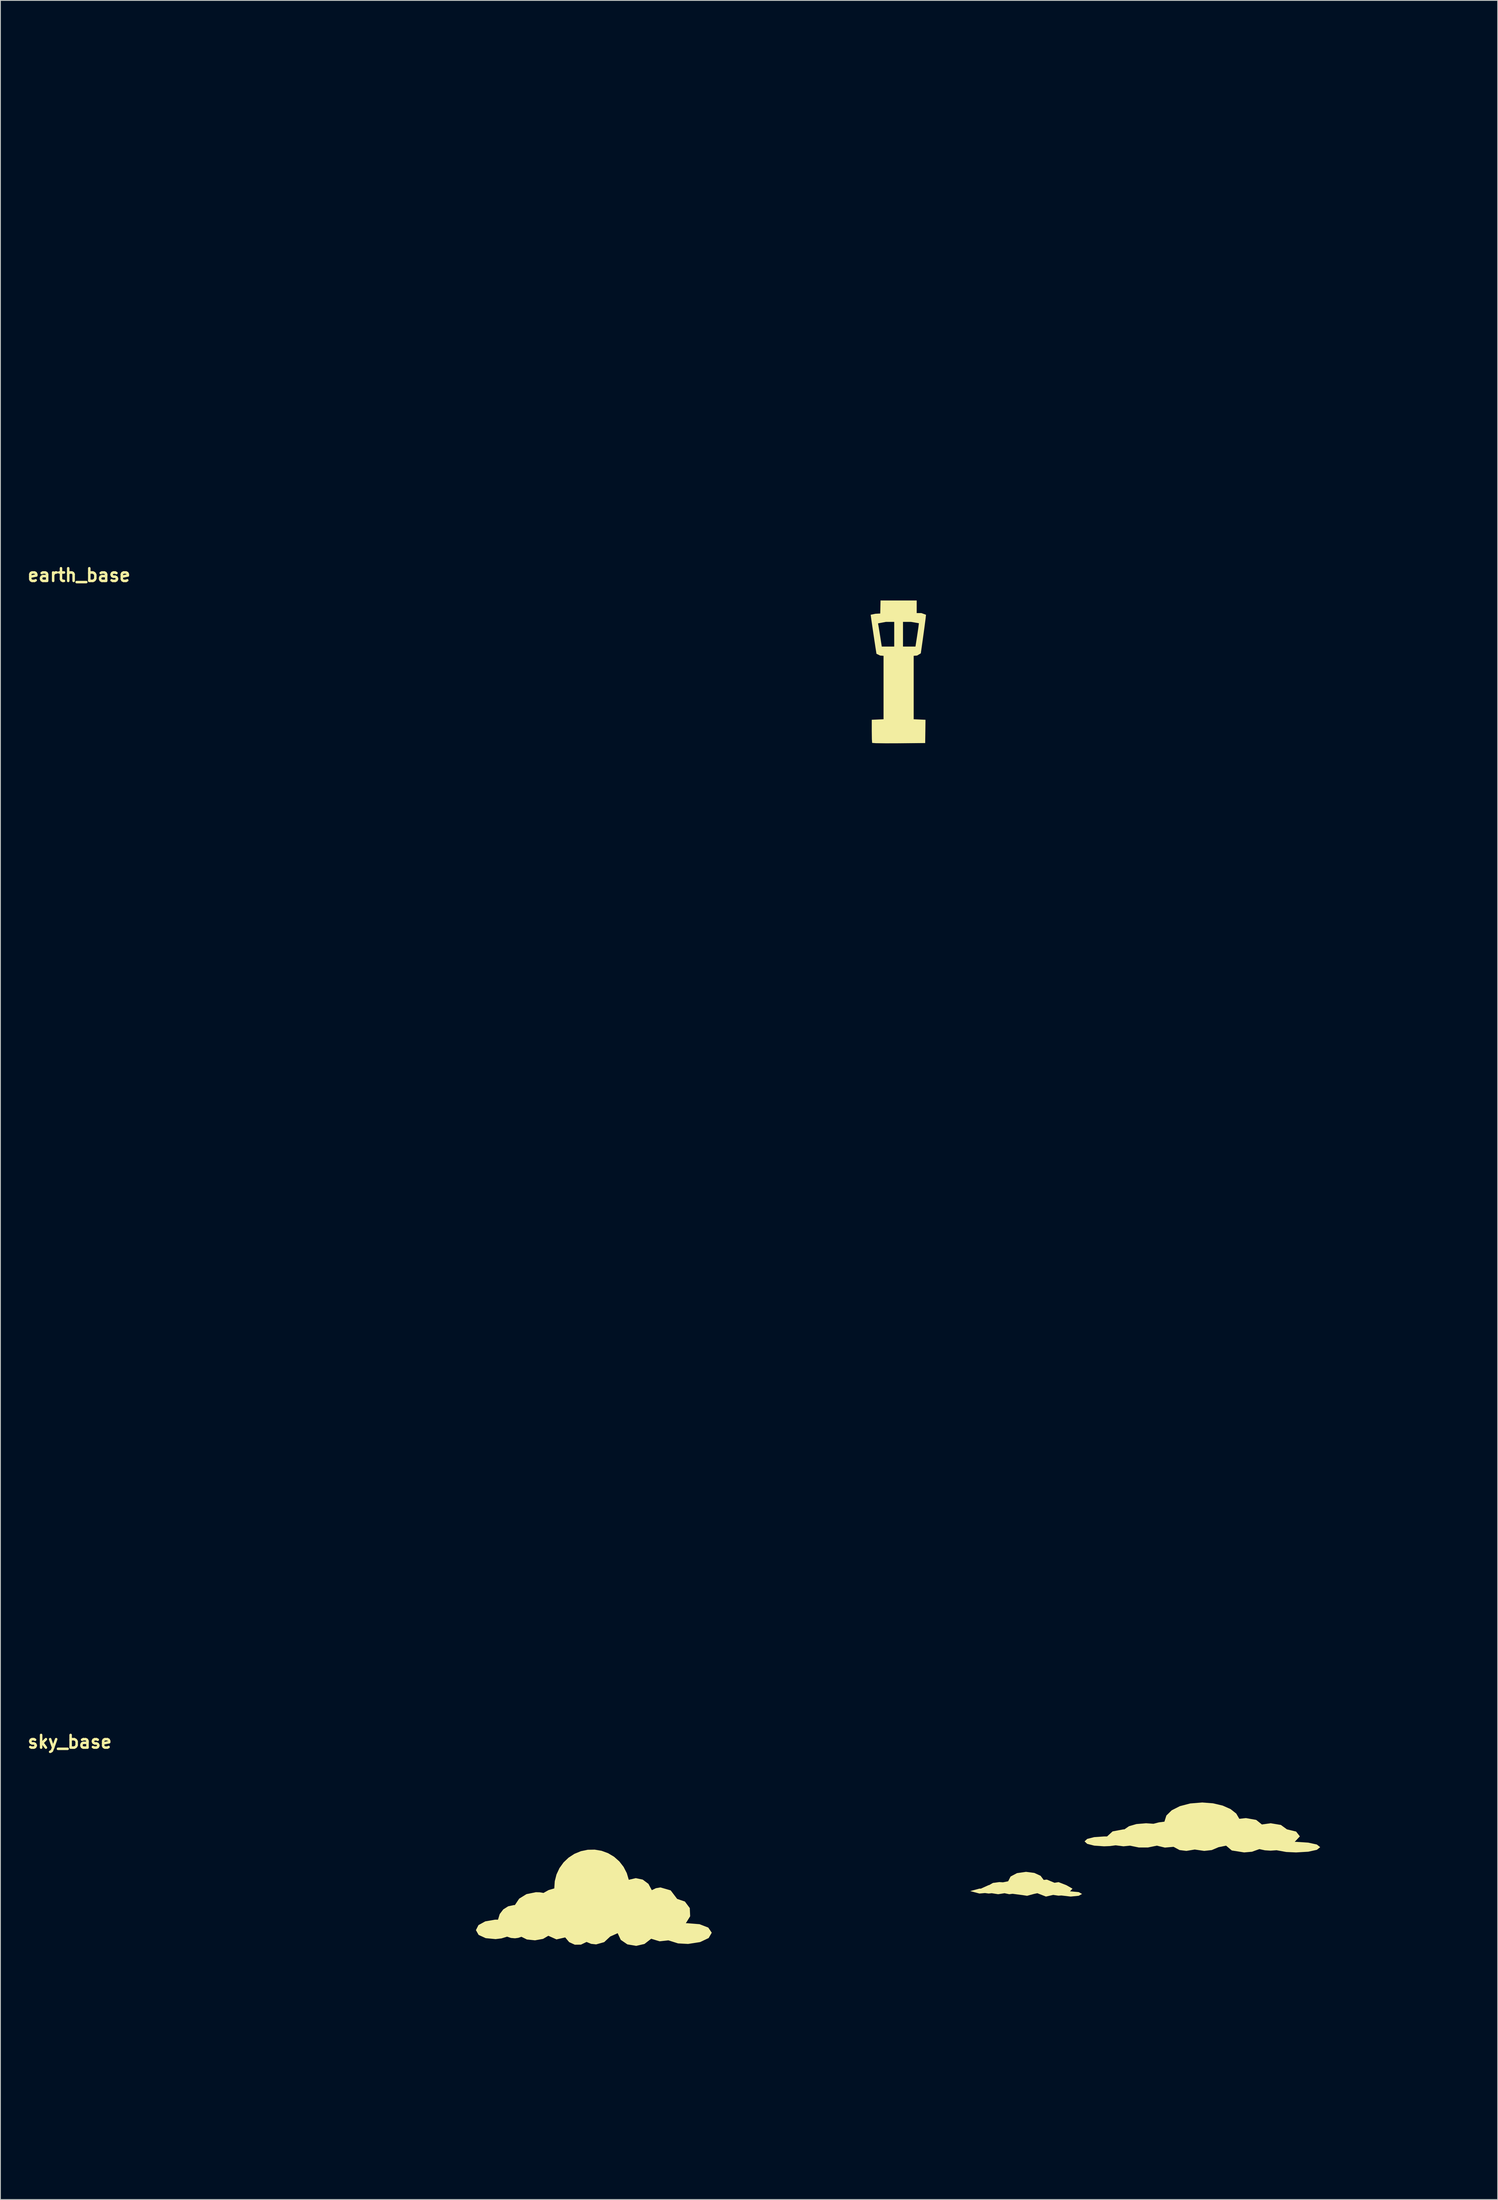
<source format=kicad_pcb>
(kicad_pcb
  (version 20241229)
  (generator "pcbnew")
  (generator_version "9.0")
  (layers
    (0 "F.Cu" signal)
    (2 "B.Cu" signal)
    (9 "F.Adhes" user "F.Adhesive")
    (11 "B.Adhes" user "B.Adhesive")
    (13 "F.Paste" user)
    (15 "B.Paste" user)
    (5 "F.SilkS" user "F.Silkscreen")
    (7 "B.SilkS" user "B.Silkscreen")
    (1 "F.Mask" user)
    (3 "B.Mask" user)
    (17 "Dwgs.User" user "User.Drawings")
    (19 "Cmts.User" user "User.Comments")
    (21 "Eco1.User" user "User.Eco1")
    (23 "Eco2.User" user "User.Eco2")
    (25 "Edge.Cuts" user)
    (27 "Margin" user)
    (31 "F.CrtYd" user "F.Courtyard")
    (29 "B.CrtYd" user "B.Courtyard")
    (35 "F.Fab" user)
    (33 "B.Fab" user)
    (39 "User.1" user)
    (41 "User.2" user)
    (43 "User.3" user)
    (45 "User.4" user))
  (footprint "sky_base"
    (layer "F.Cu")
    (at 5.349 93.271)
    (property "Reference" "sky_base" (at 0 113.474 0) (layer "F.SilkS") (effects (font (size 1.524 1.524) (thickness 0.305))))
    (attr exclude_from_pos_files exclude_from_bom)
    (fp_poly (pts (xy 121.959 131.79) (xy 121.555 132.011) (xy 120.581 132.104) (xy 119.467 131.973) (xy 119.12 131.997) (xy 118.48 131.905) (xy 117.609 132.104) (xy 116.575 131.701) (xy 116.166 131.787) (xy 115.336 132.012) (xy 114.794 131.929) (xy 113.582 131.769) (xy 113.187 131.822) (xy 112.621 131.701) (xy 111.849 131.822) (xy 111.078 131.701) (xy 110.71 131.739) (xy 110.263 131.68) (xy 109.596 131.739) (xy 108.482 131.443) (xy 109.596 131.147) (xy 109.771 131.147) (xy 110.71 130.723) (xy 110.763 130.723) (xy 111.221 130.462) (xy 111.996 130.358) (xy 112.429 130.388) (xy 113.054 130.264) (xy 113.348 129.689) (xy 114.122 129.281) (xy 115.208 129.126) (xy 116.21 129.256) (xy 116.962 129.603) (xy 117.339 130.101) (xy 117.718 130.059) (xy 118.634 130.442) (xy 119.132 130.368) (xy 120.065 130.732) (xy 120.806 131.15) (xy 120.51 131.479) (xy 120.593 131.479) (xy 121.557 131.569) (xy 121.959 131.79) (xy 121.959 131.79)) (stroke (width 0) (type solid)) (fill yes) (layer "F.SilkS"))
    (fp_poly (pts (xy 150.646 126.154) (xy 150.249 126.474) (xy 149.208 126.702) (xy 147.745 126.788) (xy 146.561 126.736) (xy 145.395 126.525) (xy 144.669 126.575) (xy 143.986 126.532) (xy 143.318 126.388) (xy 142.428 126.706) (xy 141.486 126.788) (xy 139.995 126.552) (xy 139.311 125.973) (xy 138.446 126.148) (xy 138.425 126.148) (xy 137.583 126.505) (xy 136.674 126.605) (xy 135.533 126.439) (xy 134.525 126.605) (xy 133.707 126.504) (xy 132.982 126.113) (xy 131.942 126.206) (xy 130.969 125.973) (xy 129.893 126.193) (xy 128.801 126.193) (xy 127.725 125.973) (xy 126.948 126.051) (xy 126.006 125.932) (xy 125.308 126.023) (xy 124.604 126.051) (xy 123.421 125.969) (xy 122.58 125.756) (xy 122.26 125.458) (xy 122.58 125.159) (xy 123.421 124.946) (xy 124.604 124.865) (xy 124.969 124.865) (xy 125.638 124.255) (xy 126.948 124.009) (xy 127.064 124.009) (xy 127.612 123.63) (xy 128.513 123.37) (xy 129.654 123.274) (xy 130.563 123.336) (xy 131.216 123.167) (xy 131.885 123.084) (xy 131.885 123.067) (xy 132.116 122.342) (xy 132.76 121.713) (xy 133.741 121.216) (xy 134.986 120.89) (xy 136.419 120.773) (xy 137.731 120.871) (xy 138.892 121.144) (xy 139.846 121.566) (xy 140.535 122.107) (xy 140.903 122.738) (xy 141.7 122.652) (xy 142.937 122.871) (xy 143.626 123.422) (xy 144.678 123.274) (xy 145.911 123.477) (xy 146.64 124.009) (xy 147.746 124.275) (xy 148.198 124.853) (xy 147.579 125.514) (xy 147.754 125.514) (xy 149.211 125.608) (xy 150.25 125.837) (xy 150.646 126.154) (xy 150.646 126.154)) (stroke (width 0) (type solid)) (fill yes) (layer "F.SilkS"))
    (fp_poly (pts (xy 77.347 136.456) (xy 76.975 137.098) (xy 75.95 137.585) (xy 74.494 137.81) (xy 73.281 137.744) (xy 72.123 137.377) (xy 71.066 137.493) (xy 70.049 137.185) (xy 69.242 137.812) (xy 68.247 138.041) (xy 67.18 137.863) (xy 66.384 137.318) (xy 66.012 136.515) (xy 65.153 136.9) (xy 65.132 136.9) (xy 64.391 137.592) (xy 63.414 137.866) (xy 62.818 137.8) (xy 62.264 137.57) (xy 61.593 137.894) (xy 60.848 137.902) (xy 60.171 137.593) (xy 59.689 137.025) (xy 58.641 137.264) (xy 57.659 136.826) (xy 57.025 137.201) (xy 56.056 137.374) (xy 55.079 137.274) (xy 54.417 136.948) (xy 54.041 137.077) (xy 53.646 137.131) (xy 53.159 137.089) (xy 52.695 136.933) (xy 52.013 137.142) (xy 51.305 137.229) (xy 50.115 137.113) (xy 49.262 136.723) (xy 48.935 136.145) (xy 49.243 135.542) (xy 50.062 135.091) (xy 51.231 134.888) (xy 51.596 134.888) (xy 51.801 134.214) (xy 52.228 133.653) (xy 52.824 133.275) (xy 53.513 133.128) (xy 53.629 133.128) (xy 54.145 132.357) (xy 55.027 131.81) (xy 56.162 131.578) (xy 56.623 131.591) (xy 57.078 131.667) (xy 57.697 131.319) (xy 58.379 131.122) (xy 58.379 131.089) (xy 58.435 130.251) (xy 58.644 129.437) (xy 59.001 128.676) (xy 59.491 127.994) (xy 60.1 127.414) (xy 60.804 126.957) (xy 61.581 126.638) (xy 62.404 126.467) (xy 63.244 126.451) (xy 64.073 126.591) (xy 64.861 126.881) (xy 65.583 127.312) (xy 66.212 127.869) (xy 66.728 128.532) (xy 67.112 129.279) (xy 67.352 130.085) (xy 68.189 129.885) (xy 69.032 130.06) (xy 69.721 130.576) (xy 70.126 131.335) (xy 70.622 131.096) (xy 71.166 131.003) (xy 72.401 131.36) (xy 73.178 132.384) (xy 74.111 132.702) (xy 74.702 133.491) (xy 74.746 134.477) (xy 74.227 135.315) (xy 74.402 135.315) (xy 75.871 135.431) (xy 76.929 135.84) (xy 77.347 136.456) (xy 77.347 136.456)) (stroke (width 0) (type solid)) (fill yes) (layer "F.SilkS"))
    (fp_poly (pts (xy 109.326 116.522) (xy 107.944 116.535) (xy 106.57 116.572) (xy 105.203 116.634) (xy 103.846 116.72) (xy 102.497 116.83) (xy 101.157 116.964) (xy 99.826 117.122) (xy 98.505 117.303) (xy 97.194 117.506) (xy 95.894 117.733) (xy 94.604 117.981) (xy 93.325 118.252) (xy 92.058 118.545) (xy 90.803 118.859) (xy 89.559 119.195) (xy 88.328 119.552) (xy 87.11 119.929) (xy 85.905 120.327) (xy 84.713 120.746) (xy 83.535 121.184) (xy 82.371 121.642) (xy 81.222 122.119) (xy 80.087 122.616) (xy 78.968 123.131) (xy 77.864 123.666) (xy 76.776 124.218) (xy 75.703 124.789) (xy 74.648 125.377) (xy 73.609 125.983) (xy 72.587 126.606) (xy 71.583 127.246) (xy 70.597 127.903) (xy 69.628 128.577) (xy 68.679 129.266) (xy 67.748 129.972) (xy 67.352 130.085) (xy 66.988 128.997) (xy 66.384 128.064) (xy 65.582 127.313) (xy 64.624 126.777) (xy 63.551 126.485) (xy 62.404 126.468) (xy 61.29 126.738) (xy 60.308 127.26) (xy 59.492 127.995) (xy 58.876 128.904) (xy 58.494 129.948) (xy 58.379 131.089) (xy 58.379 131.122) (xy 57.697 131.319) (xy 57.078 131.667) (xy 56.162 131.578) (xy 55.027 131.81) (xy 54.145 132.357) (xy 53.628 133.128) (xy 53.513 133.128) (xy 52.604 133.381) (xy 51.926 134.003) (xy 51.596 134.888) (xy 51.231 134.888) (xy 50.061 135.091) (xy 49.243 135.542) (xy 48.934 136.144) (xy 49.261 136.723) (xy 50.115 137.112) (xy 51.305 137.229) (xy 52.013 137.142) (xy 52.695 136.933) (xy 53.646 137.131) (xy 54.417 136.947) (xy 55.078 137.274) (xy 56.055 137.374) (xy 57.025 137.201) (xy 57.658 136.826) (xy 58.64 137.264) (xy 59.689 137.025) (xy 59.951 137.363) (xy 59.116 138.367) (xy 58.313 139.389) (xy 57.542 140.428) (xy 56.802 141.483) (xy 56.096 142.555) (xy 55.423 143.643) (xy 54.784 144.746) (xy 54.18 145.864) (xy 53.61 146.996) (xy 53.076 148.143) (xy 52.579 149.303) (xy 52.118 150.477) (xy 51.694 151.663) (xy 51.308 152.862) (xy 50.96 154.073) (xy 50.652 155.295) (xy 50.382 156.528) (xy 50.153 157.772) (xy 49.964 159.026) (xy 49.816 160.29) (xy 49.71 161.564) (xy 49.645 162.846) (xy 49.624 164.137) (xy 49.627 164.847) (xy 49.65 165.553) (xy 169.028 165.595) (xy 169.01 164.395) (xy 168.954 163.197) (xy 168.863 162) (xy 168.735 160.807) (xy 168.572 159.617) (xy 168.374 158.431) (xy 168.142 157.25) (xy 167.875 156.075) (xy 167.575 154.906) (xy 167.241 153.743) (xy 166.874 152.589) (xy 166.475 151.442) (xy 166.044 150.304) (xy 165.582 149.176) (xy 165.088 148.058) (xy 164.564 146.951) (xy 164.01 145.856) (xy 163.425 144.772) (xy 162.812 143.701) (xy 162.169 142.644) (xy 161.498 141.601) (xy 160.799 140.573) (xy 160.073 139.56) (xy 159.319 138.564) (xy 158.538 137.584) (xy 157.731 136.622) (xy 156.898 135.677) (xy 156.04 134.752) (xy 155.157 133.846) (xy 154.249 132.96) (xy 153.317 132.095) (xy 152.362 131.251) (xy 151.383 130.43) (xy 150.381 129.631) (xy 149.357 128.856) (xy 148.312 128.104) (xy 147.244 127.378) (xy 146.156 126.677) (xy 146.948 126.769) (xy 147.745 126.788) (xy 149.208 126.702) (xy 150.249 126.474) (xy 150.646 126.155) (xy 150.646 126.154) (xy 150.249 125.837) (xy 149.211 125.609) (xy 147.754 125.515) (xy 147.579 125.515) (xy 148.199 124.854) (xy 147.746 124.275) (xy 146.64 124.009) (xy 145.911 123.477) (xy 144.678 123.274) (xy 143.626 123.422) (xy 142.938 122.871) (xy 141.7 122.652) (xy 140.903 122.738) (xy 140.535 122.107) (xy 139.846 121.566) (xy 138.893 121.145) (xy 137.732 120.871) (xy 136.419 120.773) (xy 135.446 120.826) (xy 134.545 120.978) (xy 133.389 120.56) (xy 132.22 120.16) (xy 131.039 119.78) (xy 129.845 119.419) (xy 128.64 119.078) (xy 127.422 118.757) (xy 126.194 118.457) (xy 124.954 118.177) (xy 123.703 117.918) (xy 122.443 117.68) (xy 121.171 117.464) (xy 119.891 117.269) (xy 118.6 117.096) (xy 117.3 116.945) (xy 115.992 116.817) (xy 114.675 116.712) (xy 113.349 116.629) (xy 112.016 116.57) (xy 110.674 116.534) (xy 109.326 116.522) (xy 109.326 116.522)) (stroke (width 0.00001) (type solid)) (fill no) (layer "Edge.Cuts")))
  (footprint "earth_base"
    (layer "F.Cu")
    (at 6.473 0.25)
    (property "Reference" "earth_base" (at 0 65.975 0) (layer "F.SilkS") (effects (font (size 1.524 1.524) (thickness 0.305))))
    (attr exclude_from_pos_files exclude_from_bom)
    (fp_poly (pts (xy 97.209 71.6) (xy 98.206 71.6) (xy 98.206 73.086) (xy 98.206 74.572) (xy 97.456 74.572) (xy 96.705 74.572) (xy 96.501 73.265) (xy 96.345 72.289) (xy 96.255 71.779) (xy 97.209 71.6)) (stroke (width 0) (type solid)) (fill yes) (layer "F.Mask"))
    (fp_poly (pts (xy 99.263 71.6) (xy 100.22 71.6) (xy 101.177 71.762) (xy 101.117 72.266) (xy 100.971 73.248) (xy 100.765 74.572) (xy 100.014 74.572) (xy 99.263 74.572) (xy 99.263 73.086) (xy 99.263 71.6)) (stroke (width 0) (type solid)) (fill yes) (layer "F.Mask"))
    (fp_poly (pts (xy 96.557 69.023) (xy 96.542 69.719) (xy 96.523 70.592) (xy 95.945 70.622) (xy 95.368 70.742) (xy 95.468 71.468) (xy 95.694 73.002) (xy 95.931 74.581) (xy 96.067 75.443) (xy 96.51 75.655) (xy 96.919 75.686) (xy 96.919 79.508) (xy 96.919 83.329) (xy 96.209 83.359) (xy 95.5 83.389) (xy 95.5 84.748) (xy 95.513 85.728) (xy 95.545 86.178) (xy 96.002 86.211) (xy 97.158 86.226) (xy 98.206 86.224) (xy 98.206 74.572) (xy 97.456 74.572) (xy 96.705 74.572) (xy 96.501 73.265) (xy 96.345 72.289) (xy 96.255 71.779) (xy 97.209 71.6) (xy 98.206 71.6) (xy 98.206 73.086) (xy 98.206 74.572) (xy 98.206 86.224) (xy 98.763 86.222) (xy 101.936 86.195) (xy 101.955 84.792) (xy 101.973 83.39) (xy 101.261 83.359) (xy 100.55 83.329) (xy 100.55 79.508) (xy 100.55 75.686) (xy 100.765 75.67) (xy 100.765 74.572) (xy 100.014 74.572) (xy 99.263 74.572) (xy 99.263 73.086) (xy 99.263 71.6) (xy 100.22 71.6) (xy 101.177 71.762) (xy 101.117 72.266) (xy 100.971 73.248) (xy 100.765 74.572) (xy 100.765 75.67) (xy 100.962 75.655) (xy 101.408 75.39) (xy 101.63 73.837) (xy 101.832 72.371) (xy 101.979 71.254) (xy 102.035 70.743) (xy 101.474 70.539) (xy 100.913 70.539) (xy 100.913 69.64) (xy 100.913 69.023) (xy 96.557 69.023)) (stroke (width 0) (type solid)) (fill yes) (layer "F.SilkS"))
    (fp_poly (pts (xy 96.557 69.023) (xy 96.542 69.719) (xy 96.523 70.592) (xy 95.946 70.622) (xy 95.368 70.742) (xy 95.552 72.037) (xy 94.206 72.577) (xy 92.909 73.157) (xy 91.662 73.774) (xy 90.467 74.427) (xy 89.327 75.116) (xy 88.244 75.838) (xy 87.221 76.592) (xy 86.259 77.377) (xy 85.362 78.192) (xy 84.53 79.035) (xy 83.767 79.905) (xy 83.074 80.801) (xy 82.455 81.72) (xy 81.911 82.662) (xy 81.444 83.625) (xy 81.057 84.608) (xy 80.752 85.61) (xy 80.531 86.628) (xy 80.397 87.663) (xy 80.352 88.712) (xy 80.399 89.764) (xy 144.753 89.771) (xy 144.718 88.844) (xy 144.614 87.923) (xy 144.443 87.01) (xy 144.206 86.105) (xy 143.904 85.21) (xy 143.54 84.326) (xy 143.114 83.454) (xy 142.628 82.596) (xy 142.085 81.753) (xy 141.484 80.925) (xy 140.829 80.115) (xy 140.12 79.324) (xy 139.359 78.552) (xy 138.547 77.801) (xy 137.687 77.073) (xy 136.779 76.368) (xy 135.825 75.687) (xy 134.827 75.033) (xy 133.786 74.406) (xy 132.704 73.807) (xy 131.582 73.238) (xy 130.422 72.699) (xy 129.225 72.193) (xy 127.994 71.721) (xy 126.728 71.282) (xy 125.431 70.88) (xy 124.103 70.515) (xy 122.746 70.188) (xy 121.362 69.901) (xy 119.951 69.654) (xy 118.517 69.45) (xy 117.06 69.288) (xy 115.581 69.172) (xy 114.083 69.101) (xy 112.566 69.077) (xy 111.203 69.094) (xy 109.855 69.146) (xy 108.522 69.23) (xy 107.205 69.348) (xy 105.907 69.497) (xy 104.627 69.678) (xy 103.368 69.89) (xy 102.129 70.131) (xy 100.913 70.402) (xy 100.913 69.64) (xy 100.913 69.023) (xy 96.557 69.023)) (stroke (width 0.00001) (type solid)) (fill no) (layer "Edge.Cuts")))
  (gr_rect
    (start -3 -3)
    (end 177.377 261.866)
    (stroke (width 0.1) (type default))
    (fill no)
    (layer "Edge.Cuts")))
</source>
